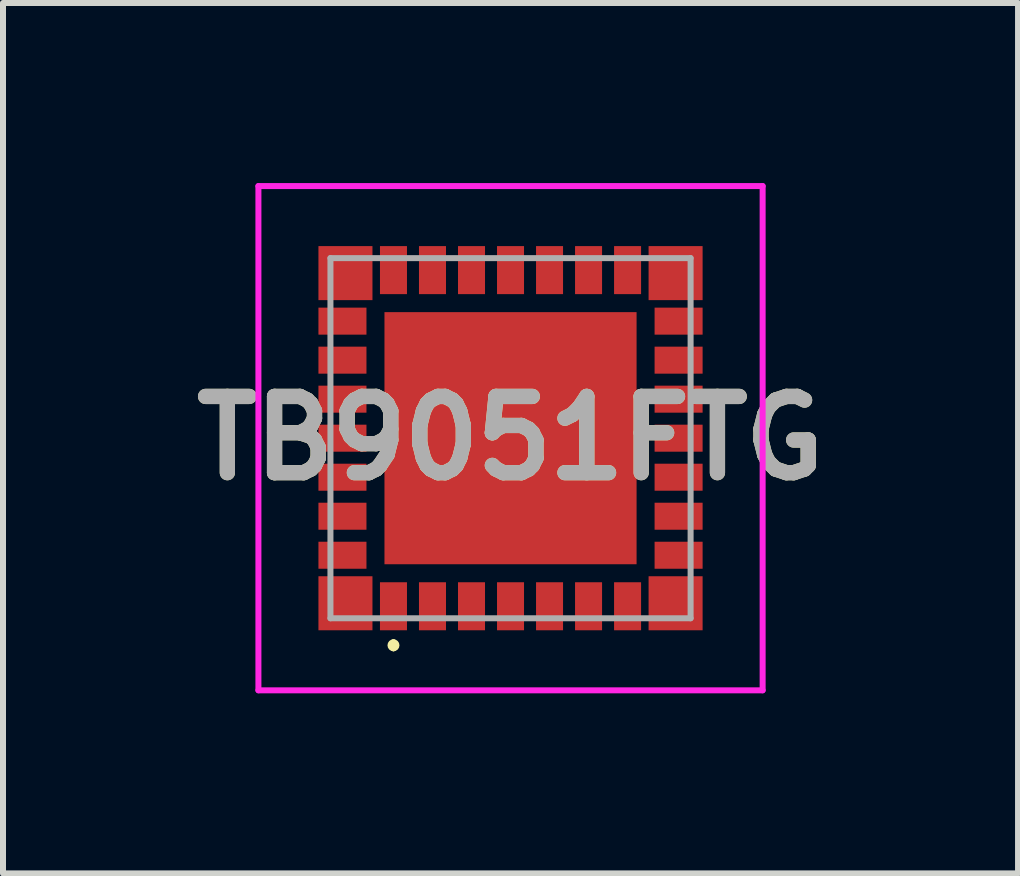
<source format=kicad_pcb>
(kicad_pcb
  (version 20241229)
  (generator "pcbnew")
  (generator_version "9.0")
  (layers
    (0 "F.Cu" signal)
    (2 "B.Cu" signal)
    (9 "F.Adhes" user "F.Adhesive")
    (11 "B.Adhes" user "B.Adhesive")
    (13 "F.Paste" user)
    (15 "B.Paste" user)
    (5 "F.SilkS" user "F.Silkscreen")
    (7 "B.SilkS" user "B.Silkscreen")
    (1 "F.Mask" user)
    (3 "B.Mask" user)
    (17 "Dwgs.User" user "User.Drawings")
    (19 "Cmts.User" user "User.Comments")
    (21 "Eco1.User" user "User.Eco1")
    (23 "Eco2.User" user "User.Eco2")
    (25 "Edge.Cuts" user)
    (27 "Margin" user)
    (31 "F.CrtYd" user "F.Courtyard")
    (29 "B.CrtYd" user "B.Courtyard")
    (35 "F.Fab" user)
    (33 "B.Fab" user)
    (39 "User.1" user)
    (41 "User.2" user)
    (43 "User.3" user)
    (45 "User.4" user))
  (footprint "TB9051FTG"
    (layer "F.Cu")
    (at 5.455 4.25)
    (property "Reference" "TB9051FTG" (at 0 0 0) (layer "F.SilkS") (effects (font (size 1.27 1.27) (thickness 0.254))))
    (attr smd)
    (fp_line (start -1.95 3.4) (end -1.95 3.4) (stroke (width 0.1) (type solid)) (layer "F.SilkS"))
    (fp_line (start -1.95 3.5) (end -1.95 3.5) (stroke (width 0.1) (type solid)) (layer "F.SilkS"))
    (fp_arc (start -1.95 3.4) (mid -1.9 3.45) (end -1.95 3.5) (stroke (width 0.1) (type solid)) (layer "F.SilkS"))
    (fp_arc (start -1.95 3.5) (mid -2 3.45) (end -1.95 3.4) (stroke (width 0.1) (type solid)) (layer "F.SilkS"))
    (fp_line (start -4.2 -4.2) (end 4.2 -4.2) (stroke (width 0.1) (type solid)) (layer "F.CrtYd"))
    (fp_line (start -4.2 4.2) (end -4.2 -4.2) (stroke (width 0.1) (type solid)) (layer "F.CrtYd"))
    (fp_line (start 4.2 -4.2) (end 4.2 4.2) (stroke (width 0.1) (type solid)) (layer "F.CrtYd"))
    (fp_line (start 4.2 4.2) (end -4.2 4.2) (stroke (width 0.1) (type solid)) (layer "F.CrtYd"))
    (fp_line (start -3 -3) (end -3 3) (stroke (width 0.1) (type solid)) (layer "F.Fab"))
    (fp_line (start -3 3) (end 3 3) (stroke (width 0.1) (type solid)) (layer "F.Fab"))
    (fp_line (start 3 -3) (end -3 -3) (stroke (width 0.1) (type solid)) (layer "F.Fab"))
    (fp_line (start 3 3) (end 3 -3) (stroke (width 0.1) (type solid)) (layer "F.Fab"))
    (fp_text user "${REFERENCE}" (at 0 0 0) (layer "F.Fab") (effects (font (size 1.27 1.27) (thickness 0.254))))
    (pad "1" smd rect (at -1.95 2.8) (size 0.45 0.8) (layers "F.Cu" "F.Mask" "F.Paste"))
    (pad "2" smd rect (at -1.3 2.8) (size 0.45 0.8) (layers "F.Cu" "F.Mask" "F.Paste"))
    (pad "3" smd rect (at -0.65 2.8) (size 0.45 0.8) (layers "F.Cu" "F.Mask" "F.Paste"))
    (pad "4" smd rect (at 0 2.8) (size 0.45 0.8) (layers "F.Cu" "F.Mask" "F.Paste"))
    (pad "5" smd rect (at 0.65 2.8) (size 0.45 0.8) (layers "F.Cu" "F.Mask" "F.Paste"))
    (pad "6" smd rect (at 1.3 2.8) (size 0.45 0.8) (layers "F.Cu" "F.Mask" "F.Paste"))
    (pad "7" smd rect (at 1.95 2.8) (size 0.45 0.8) (layers "F.Cu" "F.Mask" "F.Paste"))
    (pad "8" smd rect (at 2.8 1.95 90) (size 0.45 0.8) (layers "F.Cu" "F.Mask" "F.Paste"))
    (pad "9" smd rect (at 2.8 1.3 90) (size 0.45 0.8) (layers "F.Cu" "F.Mask" "F.Paste"))
    (pad "10" smd rect (at 2.8 0.65 90) (size 0.45 0.8) (layers "F.Cu" "F.Mask" "F.Paste"))
    (pad "11" smd rect (at 2.8 0 90) (size 0.45 0.8) (layers "F.Cu" "F.Mask" "F.Paste"))
    (pad "12" smd rect (at 2.8 -0.65 90) (size 0.45 0.8) (layers "F.Cu" "F.Mask" "F.Paste"))
    (pad "13" smd rect (at 2.8 -1.3 90) (size 0.45 0.8) (layers "F.Cu" "F.Mask" "F.Paste"))
    (pad "14" smd rect (at 2.8 -1.95 90) (size 0.45 0.8) (layers "F.Cu" "F.Mask" "F.Paste"))
    (pad "15" smd rect (at 1.95 -2.8) (size 0.45 0.8) (layers "F.Cu" "F.Mask" "F.Paste"))
    (pad "16" smd rect (at 1.3 -2.8) (size 0.45 0.8) (layers "F.Cu" "F.Mask" "F.Paste"))
    (pad "17" smd rect (at 0.65 -2.8) (size 0.45 0.8) (layers "F.Cu" "F.Mask" "F.Paste"))
    (pad "18" smd rect (at 0 -2.8) (size 0.45 0.8) (layers "F.Cu" "F.Mask" "F.Paste"))
    (pad "19" smd rect (at -0.65 -2.8) (size 0.45 0.8) (layers "F.Cu" "F.Mask" "F.Paste"))
    (pad "20" smd rect (at -1.3 -2.8) (size 0.45 0.8) (layers "F.Cu" "F.Mask" "F.Paste"))
    (pad "21" smd rect (at -1.95 -2.8) (size 0.45 0.8) (layers "F.Cu" "F.Mask" "F.Paste"))
    (pad "22" smd rect (at -2.8 -1.95 90) (size 0.45 0.8) (layers "F.Cu" "F.Mask" "F.Paste"))
    (pad "23" smd rect (at -2.8 -1.3 90) (size 0.45 0.8) (layers "F.Cu" "F.Mask" "F.Paste"))
    (pad "24" smd rect (at -2.8 -0.65 90) (size 0.45 0.8) (layers "F.Cu" "F.Mask" "F.Paste"))
    (pad "25" smd rect (at -2.8 0 90) (size 0.45 0.8) (layers "F.Cu" "F.Mask" "F.Paste"))
    (pad "26" smd rect (at -2.8 0.65 90) (size 0.45 0.8) (layers "F.Cu" "F.Mask" "F.Paste"))
    (pad "27" smd rect (at -2.8 1.3 90) (size 0.45 0.8) (layers "F.Cu" "F.Mask" "F.Paste"))
    (pad "28" smd rect (at -2.8 1.95 90) (size 0.45 0.8) (layers "F.Cu" "F.Mask" "F.Paste"))
    (pad "29" smd rect (at 0 0 90) (size 4.2 4.2) (layers "F.Cu" "F.Mask" "F.Paste"))
    (pad "C1" smd rect (at -2.75 2.75 90) (size 0.9 0.9) (layers "F.Cu" "F.Mask" "F.Paste"))
    (pad "C2" smd rect (at 2.75 2.75 90) (size 0.9 0.9) (layers "F.Cu" "F.Mask" "F.Paste"))
    (pad "C3" smd rect (at 2.75 -2.75 90) (size 0.9 0.9) (layers "F.Cu" "F.Mask" "F.Paste"))
    (pad "C4" smd rect (at -2.75 -2.75 90) (size 0.9 0.9) (layers "F.Cu" "F.Mask" "F.Paste")))
  (gr_rect
    (start -3 -3)
    (end 13.91 11.5)
    (stroke (width 0.1) (type default))
    (fill no)
    (layer "Edge.Cuts")))
</source>
